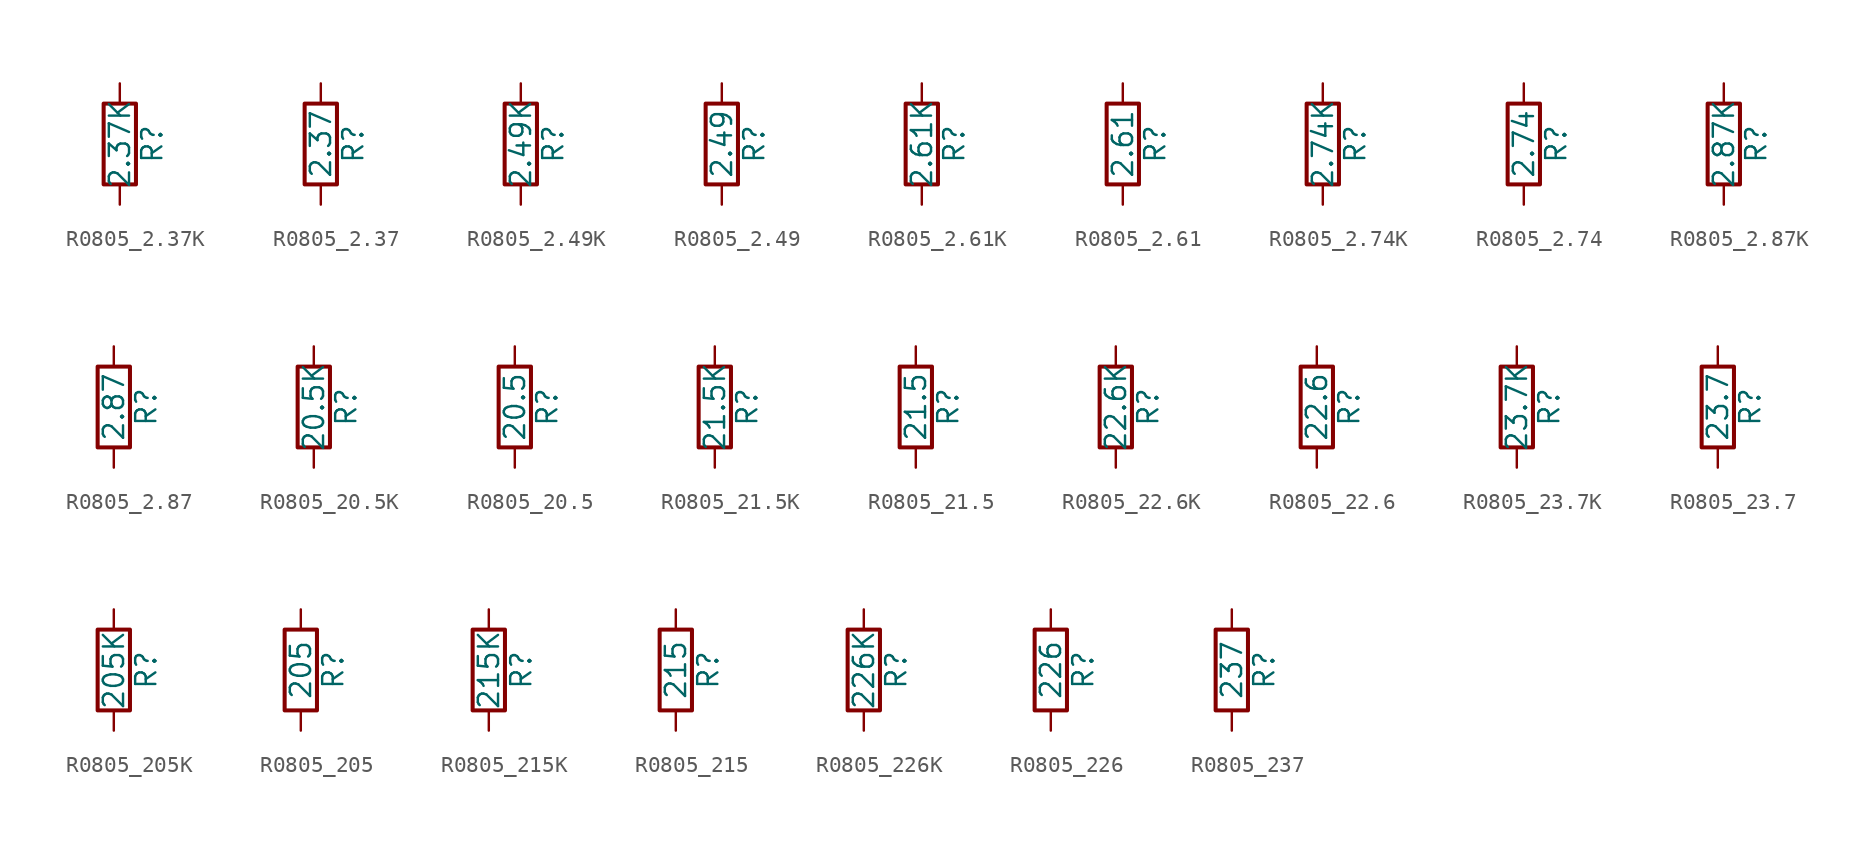
<source format=kicad_sym>
(kicad_symbol_lib
  (version 20211014)
  (generator atlantix-eda)
  (symbol "R0805_2.37K"
    (pin_numbers hide)
    (pin_names
      (offset 0))
    (property "Reference" "R"
      (at 2.032 0 90)
      (effects (font (size 1.27 1.27))))
    (property "Value" "2.37K"
      (at 0 0 90)
      (effects (font (size 1.27 1.27))))
    (symbol "R0805_2.37K_0_1"
      (rectangle (start -1.016 -2.54) (end 1.016 2.54) (stroke (width 0.254) (type default) (color 0 0 0 0)) (fill (type none))))
    (symbol "R0805_2.37K_1_1"
      (pin passive line (at 0 3.81 270) (length 1.27) (name "~" (effects (font (size 1.27 1.27)))) (number "1" (effects (font (size 1.27 1.27)))))
      (pin passive line (at 0 -3.81 90) (length 1.27) (name "~" (effects (font (size 1.27 1.27)))) (number "2" (effects (font (size 1.27 1.27)))))))
  (symbol "R0805_2.37"
    (pin_numbers hide)
    (pin_names
      (offset 0))
    (property "Reference" "R"
      (at 2.032 0 90)
      (effects (font (size 1.27 1.27))))
    (property "Value" "2.37"
      (at 0 0 90)
      (effects (font (size 1.27 1.27))))
    (symbol "R0805_2.37_0_1"
      (rectangle (start -1.016 -2.54) (end 1.016 2.54) (stroke (width 0.254) (type default) (color 0 0 0 0)) (fill (type none))))
    (symbol "R0805_2.37_1_1"
      (pin passive line (at 0 3.81 270) (length 1.27) (name "~" (effects (font (size 1.27 1.27)))) (number "1" (effects (font (size 1.27 1.27)))))
      (pin passive line (at 0 -3.81 90) (length 1.27) (name "~" (effects (font (size 1.27 1.27)))) (number "2" (effects (font (size 1.27 1.27)))))))
  (symbol "R0805_2.49K"
    (pin_numbers hide)
    (pin_names
      (offset 0))
    (property "Reference" "R"
      (at 2.032 0 90)
      (effects (font (size 1.27 1.27))))
    (property "Value" "2.49K"
      (at 0 0 90)
      (effects (font (size 1.27 1.27))))
    (symbol "R0805_2.49K_0_1"
      (rectangle (start -1.016 -2.54) (end 1.016 2.54) (stroke (width 0.254) (type default) (color 0 0 0 0)) (fill (type none))))
    (symbol "R0805_2.49K_1_1"
      (pin passive line (at 0 3.81 270) (length 1.27) (name "~" (effects (font (size 1.27 1.27)))) (number "1" (effects (font (size 1.27 1.27)))))
      (pin passive line (at 0 -3.81 90) (length 1.27) (name "~" (effects (font (size 1.27 1.27)))) (number "2" (effects (font (size 1.27 1.27)))))))
  (symbol "R0805_2.49"
    (pin_numbers hide)
    (pin_names
      (offset 0))
    (property "Reference" "R"
      (at 2.032 0 90)
      (effects (font (size 1.27 1.27))))
    (property "Value" "2.49"
      (at 0 0 90)
      (effects (font (size 1.27 1.27))))
    (symbol "R0805_2.49_0_1"
      (rectangle (start -1.016 -2.54) (end 1.016 2.54) (stroke (width 0.254) (type default) (color 0 0 0 0)) (fill (type none))))
    (symbol "R0805_2.49_1_1"
      (pin passive line (at 0 3.81 270) (length 1.27) (name "~" (effects (font (size 1.27 1.27)))) (number "1" (effects (font (size 1.27 1.27)))))
      (pin passive line (at 0 -3.81 90) (length 1.27) (name "~" (effects (font (size 1.27 1.27)))) (number "2" (effects (font (size 1.27 1.27)))))))
  (symbol "R0805_2.61K"
    (pin_numbers hide)
    (pin_names
      (offset 0))
    (property "Reference" "R"
      (at 2.032 0 90)
      (effects (font (size 1.27 1.27))))
    (property "Value" "2.61K"
      (at 0 0 90)
      (effects (font (size 1.27 1.27))))
    (symbol "R0805_2.61K_0_1"
      (rectangle (start -1.016 -2.54) (end 1.016 2.54) (stroke (width 0.254) (type default) (color 0 0 0 0)) (fill (type none))))
    (symbol "R0805_2.61K_1_1"
      (pin passive line (at 0 3.81 270) (length 1.27) (name "~" (effects (font (size 1.27 1.27)))) (number "1" (effects (font (size 1.27 1.27)))))
      (pin passive line (at 0 -3.81 90) (length 1.27) (name "~" (effects (font (size 1.27 1.27)))) (number "2" (effects (font (size 1.27 1.27)))))))
  (symbol "R0805_2.61"
    (pin_numbers hide)
    (pin_names
      (offset 0))
    (property "Reference" "R"
      (at 2.032 0 90)
      (effects (font (size 1.27 1.27))))
    (property "Value" "2.61"
      (at 0 0 90)
      (effects (font (size 1.27 1.27))))
    (symbol "R0805_2.61_0_1"
      (rectangle (start -1.016 -2.54) (end 1.016 2.54) (stroke (width 0.254) (type default) (color 0 0 0 0)) (fill (type none))))
    (symbol "R0805_2.61_1_1"
      (pin passive line (at 0 3.81 270) (length 1.27) (name "~" (effects (font (size 1.27 1.27)))) (number "1" (effects (font (size 1.27 1.27)))))
      (pin passive line (at 0 -3.81 90) (length 1.27) (name "~" (effects (font (size 1.27 1.27)))) (number "2" (effects (font (size 1.27 1.27)))))))
  (symbol "R0805_2.74K"
    (pin_numbers hide)
    (pin_names
      (offset 0))
    (property "Reference" "R"
      (at 2.032 0 90)
      (effects (font (size 1.27 1.27))))
    (property "Value" "2.74K"
      (at 0 0 90)
      (effects (font (size 1.27 1.27))))
    (symbol "R0805_2.74K_0_1"
      (rectangle (start -1.016 -2.54) (end 1.016 2.54) (stroke (width 0.254) (type default) (color 0 0 0 0)) (fill (type none))))
    (symbol "R0805_2.74K_1_1"
      (pin passive line (at 0 3.81 270) (length 1.27) (name "~" (effects (font (size 1.27 1.27)))) (number "1" (effects (font (size 1.27 1.27)))))
      (pin passive line (at 0 -3.81 90) (length 1.27) (name "~" (effects (font (size 1.27 1.27)))) (number "2" (effects (font (size 1.27 1.27)))))))
  (symbol "R0805_2.74"
    (pin_numbers hide)
    (pin_names
      (offset 0))
    (property "Reference" "R"
      (at 2.032 0 90)
      (effects (font (size 1.27 1.27))))
    (property "Value" "2.74"
      (at 0 0 90)
      (effects (font (size 1.27 1.27))))
    (symbol "R0805_2.74_0_1"
      (rectangle (start -1.016 -2.54) (end 1.016 2.54) (stroke (width 0.254) (type default) (color 0 0 0 0)) (fill (type none))))
    (symbol "R0805_2.74_1_1"
      (pin passive line (at 0 3.81 270) (length 1.27) (name "~" (effects (font (size 1.27 1.27)))) (number "1" (effects (font (size 1.27 1.27)))))
      (pin passive line (at 0 -3.81 90) (length 1.27) (name "~" (effects (font (size 1.27 1.27)))) (number "2" (effects (font (size 1.27 1.27)))))))
  (symbol "R0805_2.87K"
    (pin_numbers hide)
    (pin_names
      (offset 0))
    (property "Reference" "R"
      (at 2.032 0 90)
      (effects (font (size 1.27 1.27))))
    (property "Value" "2.87K"
      (at 0 0 90)
      (effects (font (size 1.27 1.27))))
    (symbol "R0805_2.87K_0_1"
      (rectangle (start -1.016 -2.54) (end 1.016 2.54) (stroke (width 0.254) (type default) (color 0 0 0 0)) (fill (type none))))
    (symbol "R0805_2.87K_1_1"
      (pin passive line (at 0 3.81 270) (length 1.27) (name "~" (effects (font (size 1.27 1.27)))) (number "1" (effects (font (size 1.27 1.27)))))
      (pin passive line (at 0 -3.81 90) (length 1.27) (name "~" (effects (font (size 1.27 1.27)))) (number "2" (effects (font (size 1.27 1.27)))))))
  (symbol "R0805_2.87"
    (pin_numbers hide)
    (pin_names
      (offset 0))
    (property "Reference" "R"
      (at 2.032 0 90)
      (effects (font (size 1.27 1.27))))
    (property "Value" "2.87"
      (at 0 0 90)
      (effects (font (size 1.27 1.27))))
    (symbol "R0805_2.87_0_1"
      (rectangle (start -1.016 -2.54) (end 1.016 2.54) (stroke (width 0.254) (type default) (color 0 0 0 0)) (fill (type none))))
    (symbol "R0805_2.87_1_1"
      (pin passive line (at 0 3.81 270) (length 1.27) (name "~" (effects (font (size 1.27 1.27)))) (number "1" (effects (font (size 1.27 1.27)))))
      (pin passive line (at 0 -3.81 90) (length 1.27) (name "~" (effects (font (size 1.27 1.27)))) (number "2" (effects (font (size 1.27 1.27)))))))
  (symbol "R0805_20.5K"
    (pin_numbers hide)
    (pin_names
      (offset 0))
    (property "Reference" "R"
      (at 2.032 0 90)
      (effects (font (size 1.27 1.27))))
    (property "Value" "20.5K"
      (at 0 0 90)
      (effects (font (size 1.27 1.27))))
    (symbol "R0805_20.5K_0_1"
      (rectangle (start -1.016 -2.54) (end 1.016 2.54) (stroke (width 0.254) (type default) (color 0 0 0 0)) (fill (type none))))
    (symbol "R0805_20.5K_1_1"
      (pin passive line (at 0 3.81 270) (length 1.27) (name "~" (effects (font (size 1.27 1.27)))) (number "1" (effects (font (size 1.27 1.27)))))
      (pin passive line (at 0 -3.81 90) (length 1.27) (name "~" (effects (font (size 1.27 1.27)))) (number "2" (effects (font (size 1.27 1.27)))))))
  (symbol "R0805_20.5"
    (pin_numbers hide)
    (pin_names
      (offset 0))
    (property "Reference" "R"
      (at 2.032 0 90)
      (effects (font (size 1.27 1.27))))
    (property "Value" "20.5"
      (at 0 0 90)
      (effects (font (size 1.27 1.27))))
    (symbol "R0805_20.5_0_1"
      (rectangle (start -1.016 -2.54) (end 1.016 2.54) (stroke (width 0.254) (type default) (color 0 0 0 0)) (fill (type none))))
    (symbol "R0805_20.5_1_1"
      (pin passive line (at 0 3.81 270) (length 1.27) (name "~" (effects (font (size 1.27 1.27)))) (number "1" (effects (font (size 1.27 1.27)))))
      (pin passive line (at 0 -3.81 90) (length 1.27) (name "~" (effects (font (size 1.27 1.27)))) (number "2" (effects (font (size 1.27 1.27)))))))
  (symbol "R0805_21.5K"
    (pin_numbers hide)
    (pin_names
      (offset 0))
    (property "Reference" "R"
      (at 2.032 0 90)
      (effects (font (size 1.27 1.27))))
    (property "Value" "21.5K"
      (at 0 0 90)
      (effects (font (size 1.27 1.27))))
    (symbol "R0805_21.5K_0_1"
      (rectangle (start -1.016 -2.54) (end 1.016 2.54) (stroke (width 0.254) (type default) (color 0 0 0 0)) (fill (type none))))
    (symbol "R0805_21.5K_1_1"
      (pin passive line (at 0 3.81 270) (length 1.27) (name "~" (effects (font (size 1.27 1.27)))) (number "1" (effects (font (size 1.27 1.27)))))
      (pin passive line (at 0 -3.81 90) (length 1.27) (name "~" (effects (font (size 1.27 1.27)))) (number "2" (effects (font (size 1.27 1.27)))))))
  (symbol "R0805_21.5"
    (pin_numbers hide)
    (pin_names
      (offset 0))
    (property "Reference" "R"
      (at 2.032 0 90)
      (effects (font (size 1.27 1.27))))
    (property "Value" "21.5"
      (at 0 0 90)
      (effects (font (size 1.27 1.27))))
    (symbol "R0805_21.5_0_1"
      (rectangle (start -1.016 -2.54) (end 1.016 2.54) (stroke (width 0.254) (type default) (color 0 0 0 0)) (fill (type none))))
    (symbol "R0805_21.5_1_1"
      (pin passive line (at 0 3.81 270) (length 1.27) (name "~" (effects (font (size 1.27 1.27)))) (number "1" (effects (font (size 1.27 1.27)))))
      (pin passive line (at 0 -3.81 90) (length 1.27) (name "~" (effects (font (size 1.27 1.27)))) (number "2" (effects (font (size 1.27 1.27)))))))
  (symbol "R0805_22.6K"
    (pin_numbers hide)
    (pin_names
      (offset 0))
    (property "Reference" "R"
      (at 2.032 0 90)
      (effects (font (size 1.27 1.27))))
    (property "Value" "22.6K"
      (at 0 0 90)
      (effects (font (size 1.27 1.27))))
    (symbol "R0805_22.6K_0_1"
      (rectangle (start -1.016 -2.54) (end 1.016 2.54) (stroke (width 0.254) (type default) (color 0 0 0 0)) (fill (type none))))
    (symbol "R0805_22.6K_1_1"
      (pin passive line (at 0 3.81 270) (length 1.27) (name "~" (effects (font (size 1.27 1.27)))) (number "1" (effects (font (size 1.27 1.27)))))
      (pin passive line (at 0 -3.81 90) (length 1.27) (name "~" (effects (font (size 1.27 1.27)))) (number "2" (effects (font (size 1.27 1.27)))))))
  (symbol "R0805_22.6"
    (pin_numbers hide)
    (pin_names
      (offset 0))
    (property "Reference" "R"
      (at 2.032 0 90)
      (effects (font (size 1.27 1.27))))
    (property "Value" "22.6"
      (at 0 0 90)
      (effects (font (size 1.27 1.27))))
    (symbol "R0805_22.6_0_1"
      (rectangle (start -1.016 -2.54) (end 1.016 2.54) (stroke (width 0.254) (type default) (color 0 0 0 0)) (fill (type none))))
    (symbol "R0805_22.6_1_1"
      (pin passive line (at 0 3.81 270) (length 1.27) (name "~" (effects (font (size 1.27 1.27)))) (number "1" (effects (font (size 1.27 1.27)))))
      (pin passive line (at 0 -3.81 90) (length 1.27) (name "~" (effects (font (size 1.27 1.27)))) (number "2" (effects (font (size 1.27 1.27)))))))
  (symbol "R0805_23.7K"
    (pin_numbers hide)
    (pin_names
      (offset 0))
    (property "Reference" "R"
      (at 2.032 0 90)
      (effects (font (size 1.27 1.27))))
    (property "Value" "23.7K"
      (at 0 0 90)
      (effects (font (size 1.27 1.27))))
    (symbol "R0805_23.7K_0_1"
      (rectangle (start -1.016 -2.54) (end 1.016 2.54) (stroke (width 0.254) (type default) (color 0 0 0 0)) (fill (type none))))
    (symbol "R0805_23.7K_1_1"
      (pin passive line (at 0 3.81 270) (length 1.27) (name "~" (effects (font (size 1.27 1.27)))) (number "1" (effects (font (size 1.27 1.27)))))
      (pin passive line (at 0 -3.81 90) (length 1.27) (name "~" (effects (font (size 1.27 1.27)))) (number "2" (effects (font (size 1.27 1.27)))))))
  (symbol "R0805_23.7"
    (pin_numbers hide)
    (pin_names
      (offset 0))
    (property "Reference" "R"
      (at 2.032 0 90)
      (effects (font (size 1.27 1.27))))
    (property "Value" "23.7"
      (at 0 0 90)
      (effects (font (size 1.27 1.27))))
    (symbol "R0805_23.7_0_1"
      (rectangle (start -1.016 -2.54) (end 1.016 2.54) (stroke (width 0.254) (type default) (color 0 0 0 0)) (fill (type none))))
    (symbol "R0805_23.7_1_1"
      (pin passive line (at 0 3.81 270) (length 1.27) (name "~" (effects (font (size 1.27 1.27)))) (number "1" (effects (font (size 1.27 1.27)))))
      (pin passive line (at 0 -3.81 90) (length 1.27) (name "~" (effects (font (size 1.27 1.27)))) (number "2" (effects (font (size 1.27 1.27)))))))
  (symbol "R0805_205K"
    (pin_numbers hide)
    (pin_names
      (offset 0))
    (property "Reference" "R"
      (at 2.032 0 90)
      (effects (font (size 1.27 1.27))))
    (property "Value" "205K"
      (at 0 0 90)
      (effects (font (size 1.27 1.27))))
    (symbol "R0805_205K_0_1"
      (rectangle (start -1.016 -2.54) (end 1.016 2.54) (stroke (width 0.254) (type default) (color 0 0 0 0)) (fill (type none))))
    (symbol "R0805_205K_1_1"
      (pin passive line (at 0 3.81 270) (length 1.27) (name "~" (effects (font (size 1.27 1.27)))) (number "1" (effects (font (size 1.27 1.27)))))
      (pin passive line (at 0 -3.81 90) (length 1.27) (name "~" (effects (font (size 1.27 1.27)))) (number "2" (effects (font (size 1.27 1.27)))))))
  (symbol "R0805_205"
    (pin_numbers hide)
    (pin_names
      (offset 0))
    (property "Reference" "R"
      (at 2.032 0 90)
      (effects (font (size 1.27 1.27))))
    (property "Value" "205"
      (at 0 0 90)
      (effects (font (size 1.27 1.27))))
    (symbol "R0805_205_0_1"
      (rectangle (start -1.016 -2.54) (end 1.016 2.54) (stroke (width 0.254) (type default) (color 0 0 0 0)) (fill (type none))))
    (symbol "R0805_205_1_1"
      (pin passive line (at 0 3.81 270) (length 1.27) (name "~" (effects (font (size 1.27 1.27)))) (number "1" (effects (font (size 1.27 1.27)))))
      (pin passive line (at 0 -3.81 90) (length 1.27) (name "~" (effects (font (size 1.27 1.27)))) (number "2" (effects (font (size 1.27 1.27)))))))
  (symbol "R0805_215K"
    (pin_numbers hide)
    (pin_names
      (offset 0))
    (property "Reference" "R"
      (at 2.032 0 90)
      (effects (font (size 1.27 1.27))))
    (property "Value" "215K"
      (at 0 0 90)
      (effects (font (size 1.27 1.27))))
    (symbol "R0805_215K_0_1"
      (rectangle (start -1.016 -2.54) (end 1.016 2.54) (stroke (width 0.254) (type default) (color 0 0 0 0)) (fill (type none))))
    (symbol "R0805_215K_1_1"
      (pin passive line (at 0 3.81 270) (length 1.27) (name "~" (effects (font (size 1.27 1.27)))) (number "1" (effects (font (size 1.27 1.27)))))
      (pin passive line (at 0 -3.81 90) (length 1.27) (name "~" (effects (font (size 1.27 1.27)))) (number "2" (effects (font (size 1.27 1.27)))))))
  (symbol "R0805_215"
    (pin_numbers hide)
    (pin_names
      (offset 0))
    (property "Reference" "R"
      (at 2.032 0 90)
      (effects (font (size 1.27 1.27))))
    (property "Value" "215"
      (at 0 0 90)
      (effects (font (size 1.27 1.27))))
    (symbol "R0805_215_0_1"
      (rectangle (start -1.016 -2.54) (end 1.016 2.54) (stroke (width 0.254) (type default) (color 0 0 0 0)) (fill (type none))))
    (symbol "R0805_215_1_1"
      (pin passive line (at 0 3.81 270) (length 1.27) (name "~" (effects (font (size 1.27 1.27)))) (number "1" (effects (font (size 1.27 1.27)))))
      (pin passive line (at 0 -3.81 90) (length 1.27) (name "~" (effects (font (size 1.27 1.27)))) (number "2" (effects (font (size 1.27 1.27)))))))
  (symbol "R0805_226K"
    (pin_numbers hide)
    (pin_names
      (offset 0))
    (property "Reference" "R"
      (at 2.032 0 90)
      (effects (font (size 1.27 1.27))))
    (property "Value" "226K"
      (at 0 0 90)
      (effects (font (size 1.27 1.27))))
    (symbol "R0805_226K_0_1"
      (rectangle (start -1.016 -2.54) (end 1.016 2.54) (stroke (width 0.254) (type default) (color 0 0 0 0)) (fill (type none))))
    (symbol "R0805_226K_1_1"
      (pin passive line (at 0 3.81 270) (length 1.27) (name "~" (effects (font (size 1.27 1.27)))) (number "1" (effects (font (size 1.27 1.27)))))
      (pin passive line (at 0 -3.81 90) (length 1.27) (name "~" (effects (font (size 1.27 1.27)))) (number "2" (effects (font (size 1.27 1.27)))))))
  (symbol "R0805_226"
    (pin_numbers hide)
    (pin_names
      (offset 0))
    (property "Reference" "R"
      (at 2.032 0 90)
      (effects (font (size 1.27 1.27))))
    (property "Value" "226"
      (at 0 0 90)
      (effects (font (size 1.27 1.27))))
    (symbol "R0805_226_0_1"
      (rectangle (start -1.016 -2.54) (end 1.016 2.54) (stroke (width 0.254) (type default) (color 0 0 0 0)) (fill (type none))))
    (symbol "R0805_226_1_1"
      (pin passive line (at 0 3.81 270) (length 1.27) (name "~" (effects (font (size 1.27 1.27)))) (number "1" (effects (font (size 1.27 1.27)))))
      (pin passive line (at 0 -3.81 90) (length 1.27) (name "~" (effects (font (size 1.27 1.27)))) (number "2" (effects (font (size 1.27 1.27)))))))
  (symbol "R0805_237"
    (pin_numbers hide)
    (pin_names
      (offset 0))
    (property "Reference" "R"
      (at 2.032 0 90)
      (effects (font (size 1.27 1.27))))
    (property "Value" "237"
      (at 0 0 90)
      (effects (font (size 1.27 1.27))))
    (symbol "R0805_237_0_1"
      (rectangle (start -1.016 -2.54) (end 1.016 2.54) (stroke (width 0.254) (type default) (color 0 0 0 0)) (fill (type none))))
    (symbol "R0805_237_1_1"
      (pin passive line (at 0 3.81 270) (length 1.27) (name "~" (effects (font (size 1.27 1.27)))) (number "1" (effects (font (size 1.27 1.27)))))
      (pin passive line (at 0 -3.81 90) (length 1.27) (name "~" (effects (font (size 1.27 1.27)))) (number "2" (effects (font (size 1.27 1.27))))))))
</source>
